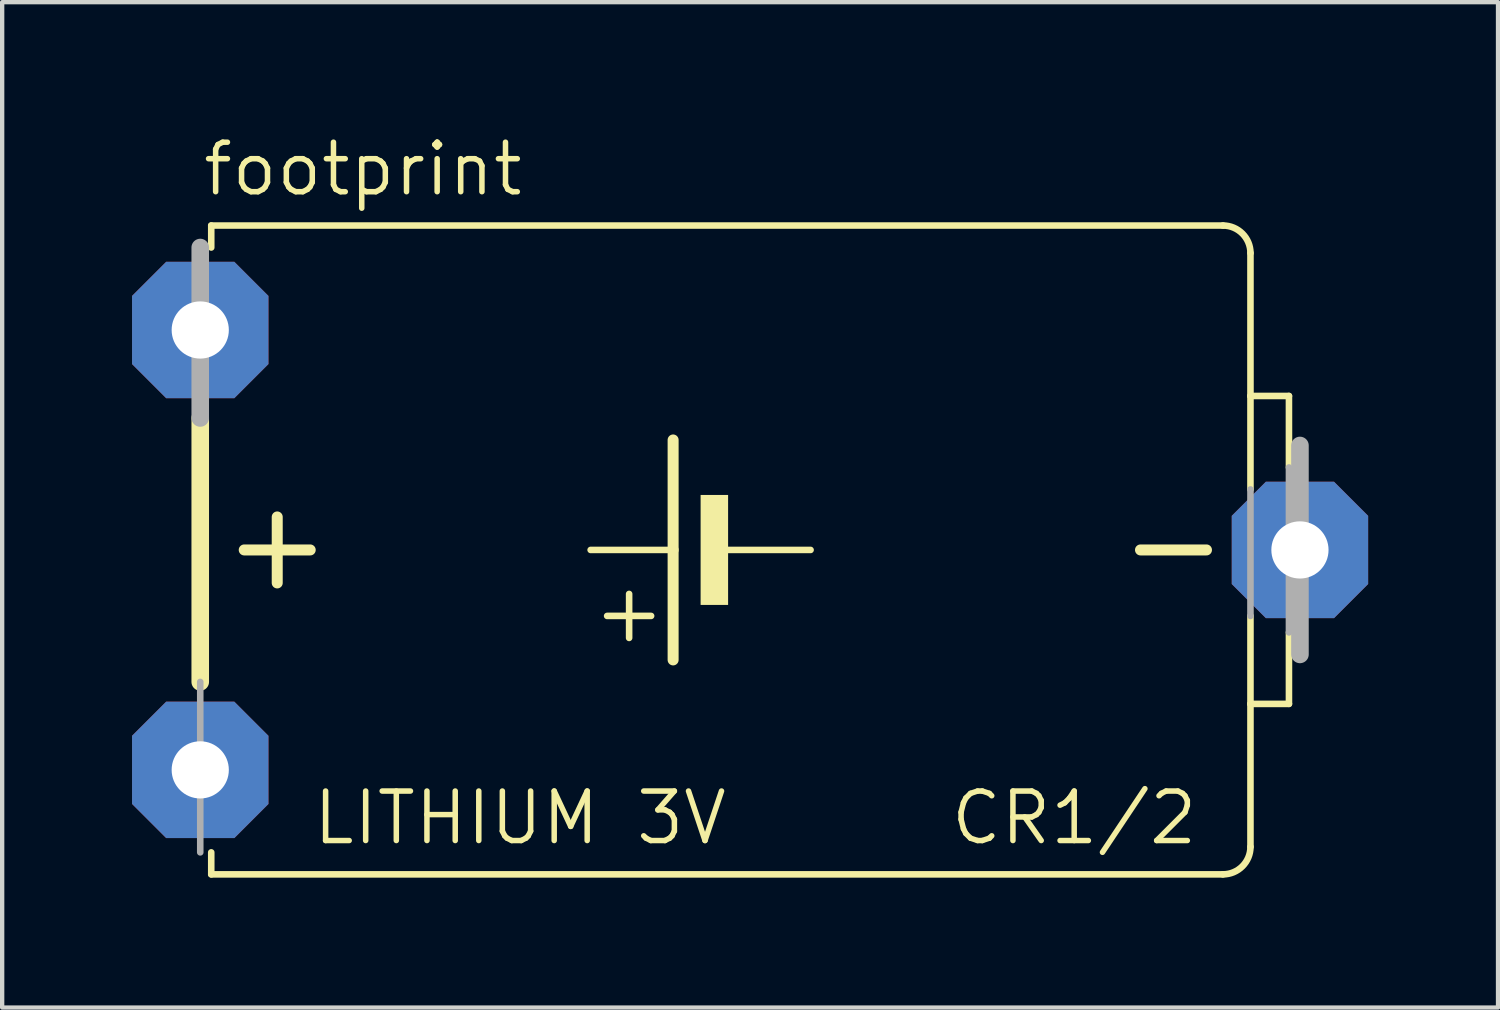
<source format=kicad_pcb>
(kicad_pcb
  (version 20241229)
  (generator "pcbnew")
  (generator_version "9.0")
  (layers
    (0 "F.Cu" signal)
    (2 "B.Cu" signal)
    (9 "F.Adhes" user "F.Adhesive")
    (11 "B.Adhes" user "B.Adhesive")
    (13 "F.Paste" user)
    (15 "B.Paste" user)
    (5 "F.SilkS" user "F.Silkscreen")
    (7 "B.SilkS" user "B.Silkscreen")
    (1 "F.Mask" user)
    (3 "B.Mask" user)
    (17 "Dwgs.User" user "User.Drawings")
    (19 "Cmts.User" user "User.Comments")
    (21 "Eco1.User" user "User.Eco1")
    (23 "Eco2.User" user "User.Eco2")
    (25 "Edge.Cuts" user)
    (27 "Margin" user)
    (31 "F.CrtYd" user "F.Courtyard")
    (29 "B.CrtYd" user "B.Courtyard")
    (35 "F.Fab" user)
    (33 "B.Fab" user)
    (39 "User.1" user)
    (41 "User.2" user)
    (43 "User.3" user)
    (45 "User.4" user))
  (footprint "footprint"
    (layer "F.Cu")
    (at 14.275 9.652)
    (property "Reference" "footprint" (at -12.7 -8.128 0) (layer "F.SilkS") (effects (font (size 1.143 1.143) (thickness 0.127)) (justify left bottom)))
    (fp_line (start -12.7 3.048) (end -12.7 -3.048) (stroke (width 0.406) (type solid)) (layer "F.SilkS"))
    (fp_line (start -12.446 -6.985) (end -12.446 -7.493) (stroke (width 0.152) (type solid)) (layer "F.SilkS"))
    (fp_line (start -12.446 7.493) (end -12.446 6.985) (stroke (width 0.152) (type solid)) (layer "F.SilkS"))
    (fp_line (start -11.684 0) (end -10.16 0) (stroke (width 0.254) (type solid)) (layer "F.SilkS"))
    (fp_line (start -10.922 0.762) (end -10.922 -0.762) (stroke (width 0.254) (type solid)) (layer "F.SilkS"))
    (fp_line (start -2.794 2.032) (end -2.794 1.016) (stroke (width 0.152) (type solid)) (layer "F.SilkS"))
    (fp_line (start -2.286 1.524) (end -3.302 1.524) (stroke (width 0.152) (type solid)) (layer "F.SilkS"))
    (fp_line (start -1.778 0) (end -3.683 0) (stroke (width 0.152) (type solid)) (layer "F.SilkS"))
    (fp_line (start -1.778 0) (end -1.778 -2.54) (stroke (width 0.254) (type solid)) (layer "F.SilkS"))
    (fp_line (start -1.778 2.54) (end -1.778 0) (stroke (width 0.254) (type solid)) (layer "F.SilkS"))
    (fp_line (start 1.397 0) (end -0.508 0) (stroke (width 0.152) (type solid)) (layer "F.SilkS"))
    (fp_line (start 9.017 0) (end 10.541 0) (stroke (width 0.254) (type solid)) (layer "F.SilkS"))
    (fp_line (start 10.922 -7.493) (end -12.446 -7.493) (stroke (width 0.152) (type solid)) (layer "F.SilkS"))
    (fp_line (start 10.922 7.493) (end -12.446 7.493) (stroke (width 0.152) (type solid)) (layer "F.SilkS"))
    (fp_line (start 11.557 -3.556) (end 11.557 -6.858) (stroke (width 0.152) (type solid)) (layer "F.SilkS"))
    (fp_line (start 11.557 -1.397) (end 11.557 -3.556) (stroke (width 0.152) (type solid)) (layer "F.SilkS"))
    (fp_line (start 11.557 3.556) (end 11.557 1.524) (stroke (width 0.152) (type solid)) (layer "F.SilkS"))
    (fp_line (start 11.557 6.858) (end 11.557 3.556) (stroke (width 0.152) (type solid)) (layer "F.SilkS"))
    (fp_line (start 12.446 -3.556) (end 11.557 -3.556) (stroke (width 0.152) (type solid)) (layer "F.SilkS"))
    (fp_line (start 12.446 -1.905) (end 12.446 -3.556) (stroke (width 0.152) (type solid)) (layer "F.SilkS"))
    (fp_line (start 12.446 3.556) (end 11.557 3.556) (stroke (width 0.152) (type solid)) (layer "F.SilkS"))
    (fp_line (start 12.446 3.556) (end 12.446 1.905) (stroke (width 0.152) (type solid)) (layer "F.SilkS"))
    (fp_arc (start 10.922 -7.493) (mid 11.371013 -7.307013) (end 11.557 -6.858) (stroke (width 0.1524) (type solid)) (layer "F.SilkS"))
    (fp_arc (start 11.557 6.858) (mid 11.371013 7.307013) (end 10.922 7.493) (stroke (width 0.1524) (type solid)) (layer "F.SilkS"))
    (fp_poly (pts (xy -1.143 1.27) (xy -0.508 1.27) (xy -0.508 -1.27) (xy -1.143 -1.27)) (stroke (width 0) (type solid)) (fill yes) (layer "F.SilkS"))
    (fp_line (start -12.7 -3.048) (end -12.7 -6.985) (stroke (width 0.406) (type solid)) (layer "F.Fab"))
    (fp_line (start -12.7 6.985) (end -12.7 3.048) (stroke (width 0.152) (type solid)) (layer "F.Fab"))
    (fp_line (start 11.557 1.524) (end 11.557 -1.397) (stroke (width 0.152) (type solid)) (layer "F.Fab"))
    (fp_line (start 12.446 1.905) (end 12.446 -1.905) (stroke (width 0.152) (type solid)) (layer "F.Fab"))
    (fp_line (start 12.7 2.413) (end 12.7 -2.413) (stroke (width 0.406) (type solid)) (layer "F.Fab"))
    (fp_text user "LITHIUM 3V" (at -10.16 6.858 0) (layer "F.SilkS") (effects (font (size 1.143 1.143) (thickness 0.127)) (justify left bottom)))
    (fp_text user "CR1/2" (at 4.572 6.858 0) (layer "F.SilkS") (effects (font (size 1.143 1.143) (thickness 0.127)) (justify left bottom)))
    (pad "+" thru_hole roundrect (at -12.7 5.08) (size 3.15 3.15) (drill 1.321) (layers "*.Cu" "*.Mask") (roundrect_rratio 0.25) (chamfer_ratio 0.25) (chamfer top_left top_right bottom_left bottom_right))
    (pad "+@1" thru_hole roundrect (at -12.7 -5.08) (size 3.15 3.15) (drill 1.321) (layers "*.Cu" "*.Mask") (roundrect_rratio 0.25) (chamfer_ratio 0.25) (chamfer top_left top_right bottom_left bottom_right))
    (pad "-" thru_hole roundrect (at 12.7 0) (size 3.15 3.15) (drill 1.321) (layers "*.Cu" "*.Mask") (roundrect_rratio 0.25) (chamfer_ratio 0.25) (chamfer top_left top_right bottom_left bottom_right)))
  (gr_rect
    (start -3 -3)
    (end 31.55 20.221)
    (stroke (width 0.1) (type default))
    (fill no)
    (layer "Edge.Cuts")))
</source>
